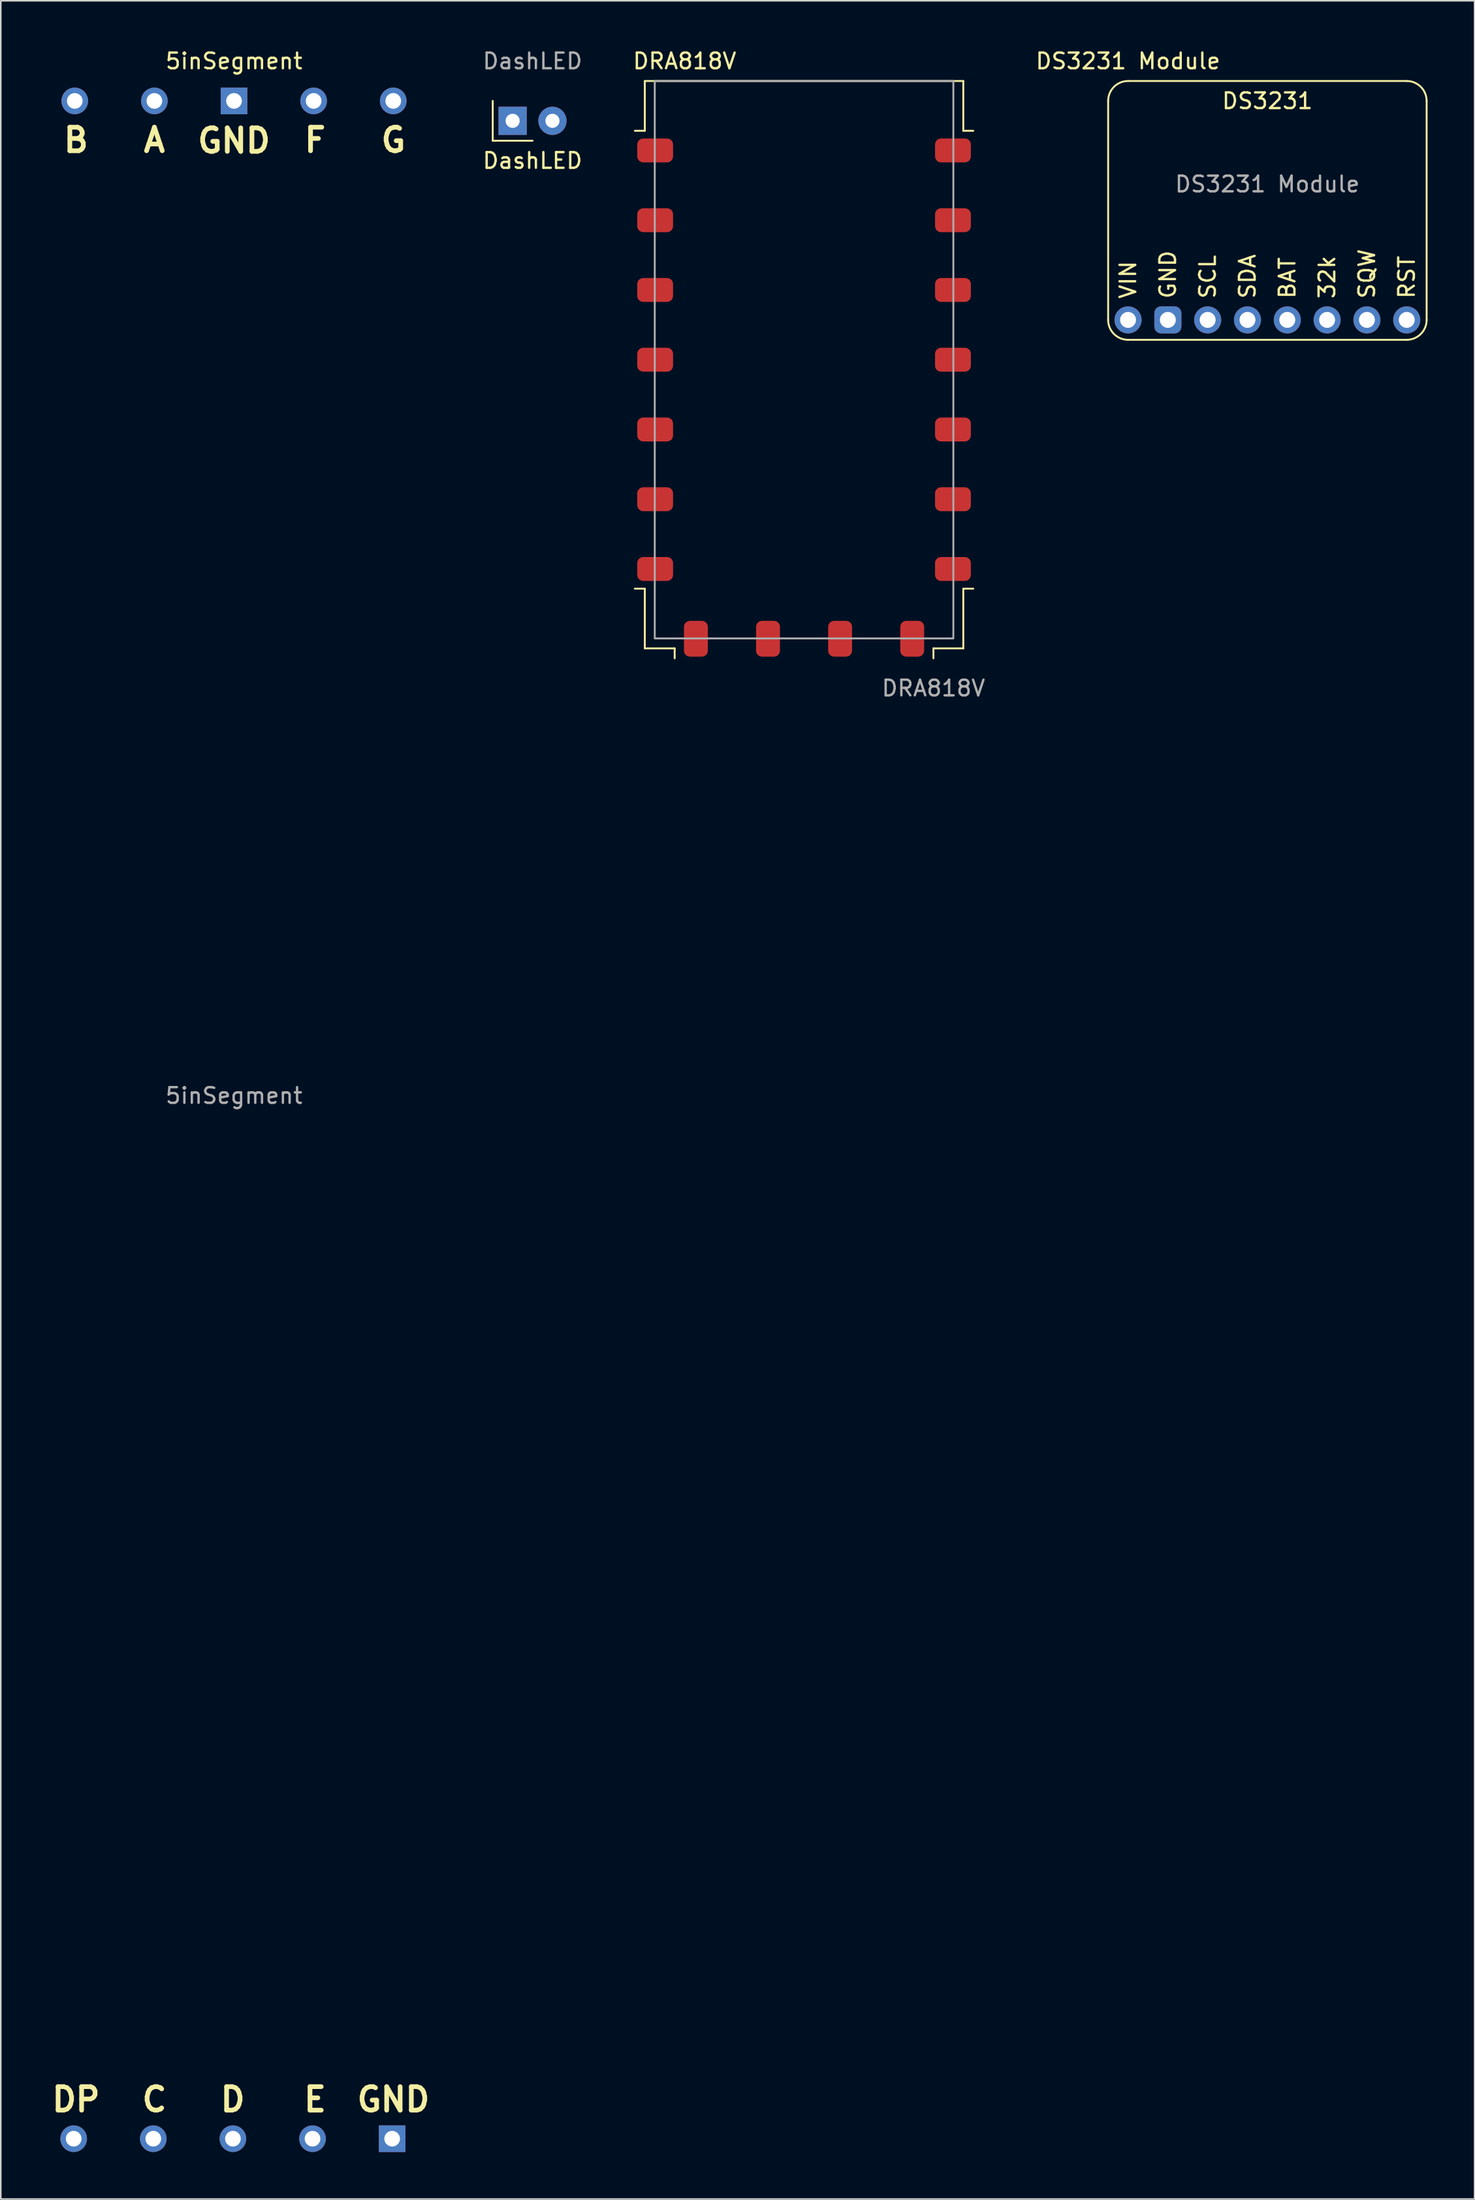
<source format=kicad_pcb>
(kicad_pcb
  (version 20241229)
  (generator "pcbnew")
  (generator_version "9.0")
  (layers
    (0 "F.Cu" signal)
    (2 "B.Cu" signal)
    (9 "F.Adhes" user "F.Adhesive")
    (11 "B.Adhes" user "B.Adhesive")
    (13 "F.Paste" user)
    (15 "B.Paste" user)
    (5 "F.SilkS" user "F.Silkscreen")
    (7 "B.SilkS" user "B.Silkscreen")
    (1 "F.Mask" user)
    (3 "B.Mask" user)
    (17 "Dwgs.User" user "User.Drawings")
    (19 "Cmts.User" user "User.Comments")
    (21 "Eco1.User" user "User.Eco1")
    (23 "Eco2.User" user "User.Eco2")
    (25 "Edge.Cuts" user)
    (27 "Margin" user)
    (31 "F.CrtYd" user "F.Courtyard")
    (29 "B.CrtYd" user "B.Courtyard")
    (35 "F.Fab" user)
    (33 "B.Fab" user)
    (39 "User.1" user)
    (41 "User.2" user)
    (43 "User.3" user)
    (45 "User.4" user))
  (footprint "DS3231 Module"
    (layer "F.Cu")
    (at 77.811 13.548)
    (property "Reference" "DS3231 Module" (at -8.89 -12.7 0) (unlocked yes) (layer "F.SilkS") (effects (font (size 1 1) (thickness 0.15))))
    (attr through_hole)
    (fp_line (start -10.16 3.81) (end -10.16 -10.16) (stroke (width 0.12) (type solid)) (layer "F.SilkS"))
    (fp_line (start 8.89 -11.43) (end -8.89 -11.43) (stroke (width 0.12) (type solid)) (layer "F.SilkS"))
    (fp_line (start 8.89 5.08) (end -8.89 5.08) (stroke (width 0.12) (type solid)) (layer "F.SilkS"))
    (fp_line (start 10.16 3.81) (end 10.16 -10.16) (stroke (width 0.12) (type solid)) (layer "F.SilkS"))
    (fp_arc (start -10.16 -10.16) (mid -9.788026 -11.058026) (end -8.89 -11.43) (stroke (width 0.12) (type solid)) (layer "F.SilkS"))
    (fp_arc (start -8.89 5.08) (mid -9.788026 4.708026) (end -10.16 3.81) (stroke (width 0.12) (type solid)) (layer "F.SilkS"))
    (fp_arc (start 8.89 -11.43) (mid 9.788026 -11.058026) (end 10.16 -10.16) (stroke (width 0.12) (type solid)) (layer "F.SilkS"))
    (fp_arc (start 10.16 3.81) (mid 9.788026 4.708026) (end 8.89 5.08) (stroke (width 0.12) (type solid)) (layer "F.SilkS"))
    (fp_text user "RST" (at 8.89 2.54 90) (unlocked yes) (layer "F.SilkS") (effects (font (size 1 1) (thickness 0.15)) (justify left)))
    (fp_text user "DS3231" (at 0 -10.16 0) (unlocked yes) (layer "F.SilkS") (effects (font (size 1 1) (thickness 0.15))))
    (fp_text user "SDA" (at -1.27 2.54 90) (unlocked yes) (layer "F.SilkS") (effects (font (size 1 1) (thickness 0.15)) (justify left)))
    (fp_text user "BAT" (at 1.27 2.54 90) (unlocked yes) (layer "F.SilkS") (effects (font (size 1 1) (thickness 0.15)) (justify left)))
    (fp_text user "SCL" (at -3.81 2.54 90) (unlocked yes) (layer "F.SilkS") (effects (font (size 1 1) (thickness 0.15)) (justify left)))
    (fp_text user "32k" (at 3.81 2.54 90) (unlocked yes) (layer "F.SilkS") (effects (font (size 1 1) (thickness 0.15)) (justify left)))
    (fp_text user "VIN" (at -8.89 2.54 90) (unlocked yes) (layer "F.SilkS") (effects (font (size 1 1) (thickness 0.15)) (justify left)))
    (fp_text user "SQW" (at 6.35 2.54 90) (unlocked yes) (layer "F.SilkS") (effects (font (size 1 1) (thickness 0.15)) (justify left)))
    (fp_text user "GND" (at -6.35 2.54 90) (unlocked yes) (layer "F.SilkS") (effects (font (size 1 1) (thickness 0.15)) (justify left)))
    (fp_text user "${REFERENCE}" (at 0 -4.85 0) (unlocked yes) (layer "F.Fab") (effects (font (size 1 1) (thickness 0.15))))
    (pad "1" thru_hole circle (at -8.89 3.81) (size 1.727 1.727) (drill 1.016) (layers "*.Cu" "*.Mask"))
    (pad "2" thru_hole roundrect (at -6.35 3.81) (size 1.727 1.727) (drill 1.016) (layers "*.Cu" "*.Mask") (roundrect_rratio 0.25))
    (pad "3" thru_hole circle (at -3.81 3.81) (size 1.727 1.727) (drill 1.016) (layers "*.Cu" "*.Mask"))
    (pad "4" thru_hole circle (at -1.27 3.81) (size 1.727 1.727) (drill 1.016) (layers "*.Cu" "*.Mask"))
    (pad "5" thru_hole circle (at 1.27 3.81) (size 1.727 1.727) (drill 1.016) (layers "*.Cu" "*.Mask"))
    (pad "6" thru_hole circle (at 3.81 3.81) (size 1.727 1.727) (drill 1.016) (layers "*.Cu" "*.Mask"))
    (pad "7" thru_hole circle (at 6.35 3.81) (size 1.727 1.727) (drill 1.016) (layers "*.Cu" "*.Mask"))
    (pad "8" thru_hole circle (at 8.89 3.81) (size 1.727 1.727) (drill 1.016) (layers "*.Cu" "*.Mask")))
  (footprint "DashLED"
    (layer "F.Cu")
    (at 30.927 4.658)
    (property "Reference" "DashLED" (at 0 2.54 0) (unlocked yes) (layer "F.SilkS") (effects (font (size 1 1) (thickness 0.15))))
    (attr through_hole)
    (fp_line (start -2.54 -1.27) (end -2.54 1.27) (stroke (width 0.12) (type default)) (layer "F.SilkS"))
    (fp_line (start -2.54 1.27) (end 0 1.27) (stroke (width 0.12) (type default)) (layer "F.SilkS"))
    (fp_text user "${REFERENCE}" (at 0 -3.81 0) (unlocked yes) (layer "F.Fab") (effects (font (size 1 1) (thickness 0.15))))
    (pad "1" thru_hole rect (at -1.27 0) (size 1.8 1.8) (drill 0.9) (layers "*.Cu" "*.Mask"))
    (pad "2" thru_hole circle (at 1.27 0) (size 1.8 1.8) (drill 0.9) (layers "*.Cu" "*.Mask")))
  (footprint "5inSegment"
    (layer "F.Cu")
    (at 11.88 64.348)
    (property "Reference" "5inSegment" (at 0 -63.5 0) (unlocked yes) (layer "F.SilkS") (effects (font (size 1 1) (thickness 0.15))))
    (attr through_hole)
    (fp_text user "DP" (at -10.08 66.54 0) (layer "F.SilkS") (effects (font (size 1.5 1.5) (thickness 0.3))))
    (fp_text user "D" (at -0.08 66.54 0) (layer "F.SilkS") (effects (font (size 1.5 1.5) (thickness 0.3))))
    (fp_text user "GND" (at 0 -58.42 0) (layer "F.SilkS") (effects (font (size 1.5 1.5) (thickness 0.3))))
    (fp_text user "E" (at 5.17 66.54 0) (layer "F.SilkS") (effects (font (size 1.5 1.5) (thickness 0.3))))
    (fp_text user "G" (at 10.17 -58.46 0) (layer "F.SilkS") (effects (font (size 1.5 1.5) (thickness 0.3))))
    (fp_text user "C" (at -5.08 66.54 0) (layer "F.SilkS") (effects (font (size 1.5 1.5) (thickness 0.3))))
    (fp_text user "F" (at 5.17 -58.46 0) (layer "F.SilkS") (effects (font (size 1.5 1.5) (thickness 0.3))))
    (fp_text user "GND" (at 10.17 66.54 0) (layer "F.SilkS") (effects (font (size 1.5 1.5) (thickness 0.3))))
    (fp_text user "A" (at -5.08 -58.46 0) (layer "F.SilkS") (effects (font (size 1.5 1.5) (thickness 0.3))))
    (fp_text user "B" (at -10.08 -58.46 0) (layer "F.SilkS") (effects (font (size 1.5 1.5) (thickness 0.3))))
    (fp_text user "${REFERENCE}" (at 0 2.5 0) (unlocked yes) (layer "F.Fab") (effects (font (size 1 1) (thickness 0.15))))
    (pad "1" thru_hole circle (at -10.16 -60.96 270) (size 1.7 1.7) (drill 1) (layers "*.Cu" "*.Mask"))
    (pad "2" thru_hole oval (at -5.08 -60.96 270) (size 1.7 1.7) (drill 1) (layers "*.Cu" "*.Mask"))
    (pad "3" thru_hole rect (at 0 -60.96 270) (size 1.7 1.7) (drill 1) (layers "*.Cu" "*.Mask"))
    (pad "4" thru_hole oval (at 5.08 -60.96 270) (size 1.7 1.7) (drill 1) (layers "*.Cu" "*.Mask"))
    (pad "5" thru_hole oval (at 10.16 -60.96 270) (size 1.7 1.7) (drill 1) (layers "*.Cu" "*.Mask"))
    (pad "6" thru_hole circle (at -10.23 69.04 270) (size 1.7 1.7) (drill 1) (layers "*.Cu" "*.Mask"))
    (pad "7" thru_hole oval (at -5.15 69.04 270) (size 1.7 1.7) (drill 1) (layers "*.Cu" "*.Mask"))
    (pad "8" thru_hole oval (at -0.07 69.04 270) (size 1.7 1.7) (drill 1) (layers "*.Cu" "*.Mask"))
    (pad "9" thru_hole oval (at 5.01 69.04 270) (size 1.7 1.7) (drill 1) (layers "*.Cu" "*.Mask"))
    (pad "10" thru_hole rect (at 10.09 69.04 270) (size 1.7 1.7) (drill 1) (layers "*.Cu" "*.Mask")))
  (footprint "DRA818V"
    (layer "F.Cu")
    (at 48.25 19.898)
    (property "Reference" "DRA818V" (at -7.62 -19.05 0) (unlocked yes) (layer "F.SilkS") (effects (font (size 1 1) (thickness 0.15))))
    (attr smd)
    (fp_line (start -10.795 14.605) (end -10.16 14.605) (stroke (width 0.12) (type solid)) (layer "F.SilkS"))
    (fp_line (start -10.16 -17.78) (end -10.16 -14.605) (stroke (width 0.12) (type solid)) (layer "F.SilkS"))
    (fp_line (start -10.16 -14.605) (end -10.795 -14.605) (stroke (width 0.12) (type solid)) (layer "F.SilkS"))
    (fp_line (start -10.16 14.605) (end -10.16 18.415) (stroke (width 0.12) (type solid)) (layer "F.SilkS"))
    (fp_line (start -10.16 18.415) (end -8.255 18.415) (stroke (width 0.12) (type solid)) (layer "F.SilkS"))
    (fp_line (start -8.255 18.415) (end -8.255 19.05) (stroke (width 0.12) (type solid)) (layer "F.SilkS"))
    (fp_line (start 8.255 18.415) (end 10.16 18.415) (stroke (width 0.12) (type solid)) (layer "F.SilkS"))
    (fp_line (start 8.255 19.05) (end 8.255 18.415) (stroke (width 0.12) (type solid)) (layer "F.SilkS"))
    (fp_line (start 10.16 -17.78) (end -10.16 -17.78) (stroke (width 0.12) (type solid)) (layer "F.SilkS"))
    (fp_line (start 10.16 -14.605) (end 10.16 -17.78) (stroke (width 0.12) (type solid)) (layer "F.SilkS"))
    (fp_line (start 10.16 14.605) (end 10.795 14.605) (stroke (width 0.12) (type solid)) (layer "F.SilkS"))
    (fp_line (start 10.16 18.415) (end 10.16 14.605) (stroke (width 0.12) (type solid)) (layer "F.SilkS"))
    (fp_line (start 10.795 -14.605) (end 10.16 -14.605) (stroke (width 0.12) (type solid)) (layer "F.SilkS"))
    (fp_rect (start -9.525 -17.78) (end 9.525 17.78) (stroke (width 0.12) (type solid)) (fill no) (layer "F.Fab"))
    (fp_text user "${REFERENCE}" (at 8.255 20.955 0) (unlocked yes) (layer "F.Fab") (effects (font (size 1 1) (thickness 0.15))))
    (pad "1" smd roundrect (at 9.5 -13.35) (size 2.286 1.524) (layers "F.Cu" "F.Mask" "F.Paste") (roundrect_rratio 0.25))
    (pad "2" smd roundrect (at 9.5 -8.9) (size 2.286 1.524) (layers "F.Cu" "F.Mask" "F.Paste") (roundrect_rratio 0.25))
    (pad "3" smd roundrect (at 9.5 -4.45) (size 2.286 1.524) (layers "F.Cu" "F.Mask" "F.Paste") (roundrect_rratio 0.25))
    (pad "4" smd roundrect (at 9.5 0) (size 2.286 1.524) (layers "F.Cu" "F.Mask" "F.Paste") (roundrect_rratio 0.25))
    (pad "5" smd roundrect (at 9.5 4.45) (size 2.286 1.524) (layers "F.Cu" "F.Mask" "F.Paste") (roundrect_rratio 0.25))
    (pad "6" smd roundrect (at 9.5 8.9) (size 2.286 1.524) (layers "F.Cu" "F.Mask" "F.Paste") (roundrect_rratio 0.25))
    (pad "7" smd roundrect (at 9.5 13.35) (size 2.286 1.524) (layers "F.Cu" "F.Mask" "F.Paste") (roundrect_rratio 0.25))
    (pad "8" smd roundrect (at 6.9 17.8 90) (size 2.286 1.524) (layers "F.Cu" "F.Mask" "F.Paste") (roundrect_rratio 0.25))
    (pad "9" smd roundrect (at 2.3 17.8 90) (size 2.286 1.524) (layers "F.Cu" "F.Mask" "F.Paste") (roundrect_rratio 0.25))
    (pad "10" smd roundrect (at -2.3 17.8 90) (size 2.286 1.524) (layers "F.Cu" "F.Mask" "F.Paste") (roundrect_rratio 0.25))
    (pad "11" smd roundrect (at -6.9 17.8 90) (size 2.286 1.524) (layers "F.Cu" "F.Mask" "F.Paste") (roundrect_rratio 0.25))
    (pad "12" smd roundrect (at -9.5 13.35 180) (size 2.286 1.524) (layers "F.Cu" "F.Mask" "F.Paste") (roundrect_rratio 0.25))
    (pad "13" smd roundrect (at -9.5 8.9 180) (size 2.286 1.524) (layers "F.Cu" "F.Mask" "F.Paste") (roundrect_rratio 0.25))
    (pad "14" smd roundrect (at -9.5 4.45 180) (size 2.286 1.524) (layers "F.Cu" "F.Mask" "F.Paste") (roundrect_rratio 0.25))
    (pad "15" smd roundrect (at -9.5 0 180) (size 2.286 1.524) (layers "F.Cu" "F.Mask" "F.Paste") (roundrect_rratio 0.25))
    (pad "16" smd roundrect (at -9.5 -4.45 180) (size 2.286 1.524) (layers "F.Cu" "F.Mask" "F.Paste") (roundrect_rratio 0.25))
    (pad "17" smd roundrect (at -9.5 -8.9 180) (size 2.286 1.524) (layers "F.Cu" "F.Mask" "F.Paste") (roundrect_rratio 0.25))
    (pad "18" smd roundrect (at -9.5 -13.35 180) (size 2.286 1.524) (layers "F.Cu" "F.Mask" "F.Paste") (roundrect_rratio 0.25)))
  (gr_rect
    (start -3 -3)
    (end 91.031 137.238)
    (stroke (width 0.1) (type default))
    (fill no)
    (layer "Edge.Cuts")))
</source>
